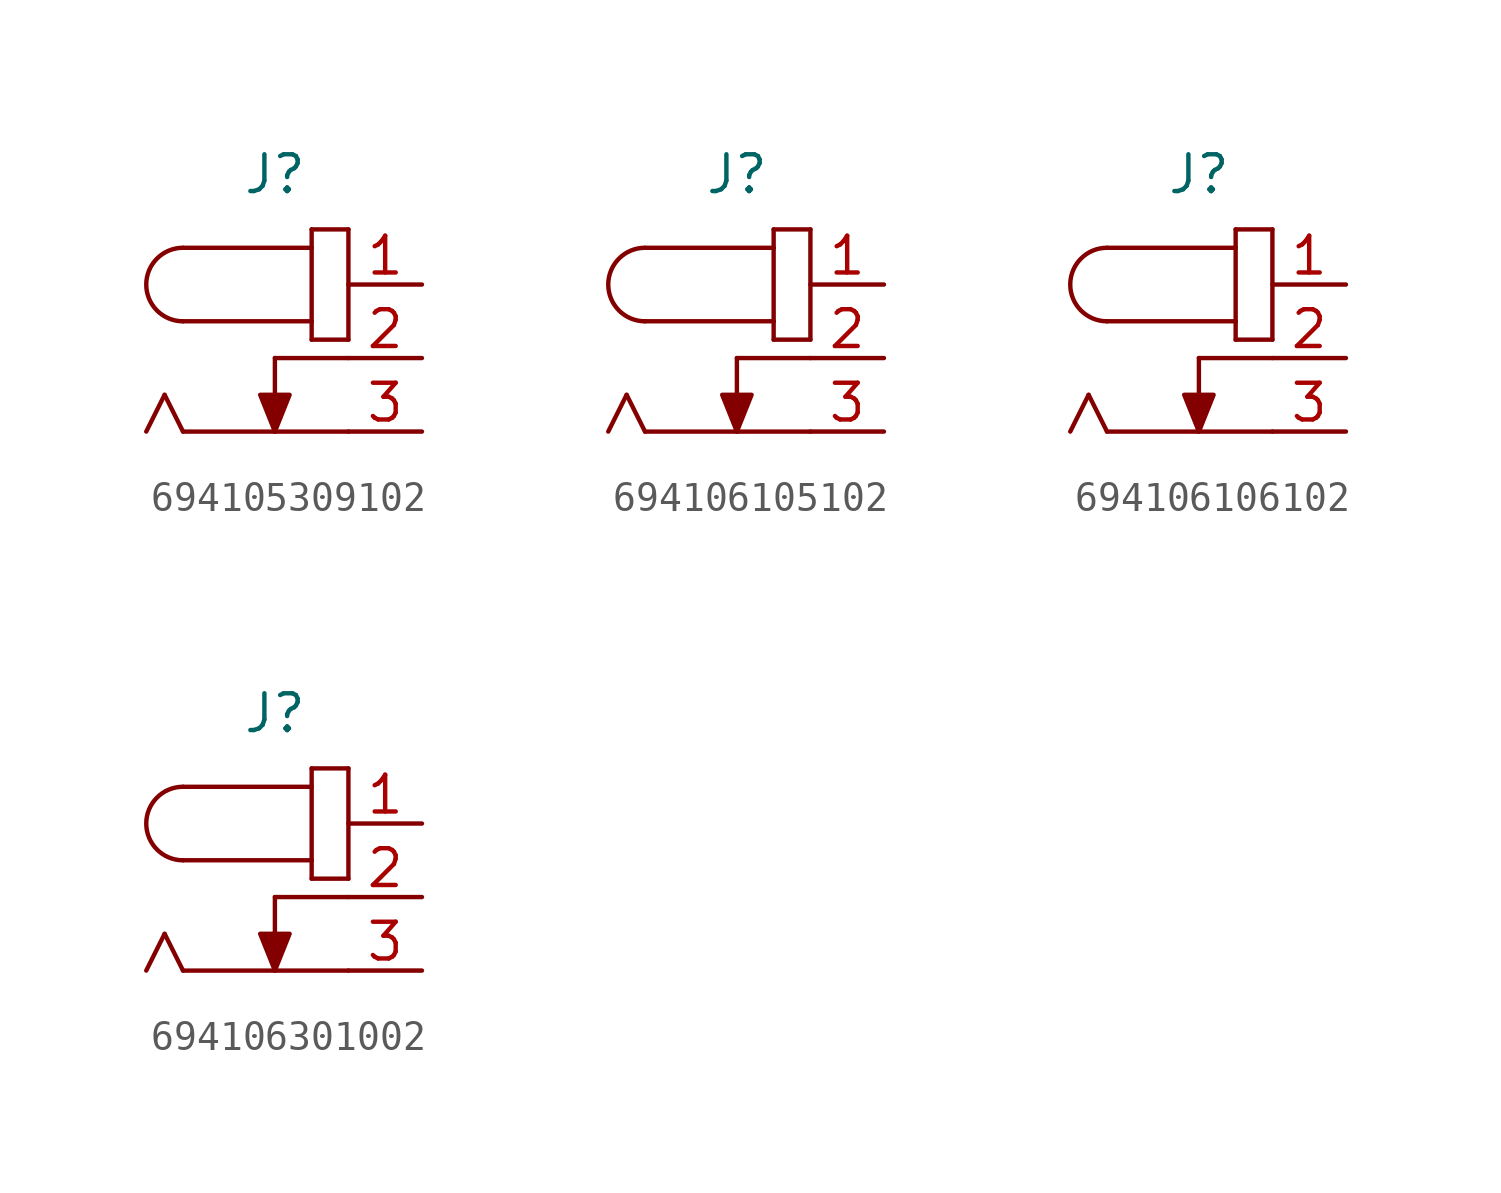
<source format=kicad_sym>
(kicad_symbol_lib
  (version 20220914)
  (generator kicad_symbol_editor)
  (symbol "694105309102"
    (pin_names hide)
    (property "Reference" "J"
      (at 0 5.08 0)
      (effects (font (size 1.27 1.27))))
    (symbol "694105309102_0_0"
      (arc (start -3.175 2.54) (mid -4.4395 1.27) (end -3.175 0) (stroke (width 0.1524) (type default)) (fill (type none)))
      (polyline (pts (xy -3.81 -2.54) (xy -4.445 -3.81)) (stroke (width 0.152) (type default)) (fill (type none)))
      (polyline (pts (xy -3.175 -3.81) (xy -3.81 -2.54)) (stroke (width 0.152) (type default)) (fill (type none)))
      (polyline (pts (xy -3.175 2.54) (xy 1.27 2.54)) (stroke (width 0.152) (type default)) (fill (type none)))
      (polyline (pts (xy 0 -1.27) (xy 0 -3.81)) (stroke (width 0.152) (type default)) (fill (type none)))
      (polyline (pts (xy 0 -1.27) (xy 2.54 -1.27)) (stroke (width 0.152) (type default)) (fill (type none)))
      (polyline (pts (xy 1.27 -0.635) (xy 2.54 -0.635)) (stroke (width 0.152) (type default)) (fill (type none)))
      (polyline (pts (xy 1.27 0) (xy -3.175 0)) (stroke (width 0.152) (type default)) (fill (type none)))
      (polyline (pts (xy 1.27 0) (xy 1.27 -0.635)) (stroke (width 0.152) (type default)) (fill (type none)))
      (polyline (pts (xy 1.27 2.54) (xy 1.27 0)) (stroke (width 0.152) (type default)) (fill (type none)))
      (polyline (pts (xy 1.27 3.175) (xy 1.27 2.54)) (stroke (width 0.152) (type default)) (fill (type none)))
      (polyline (pts (xy 2.54 -3.81) (xy -3.175 -3.81)) (stroke (width 0.152) (type default)) (fill (type none)))
      (polyline (pts (xy 2.54 -0.635) (xy 2.54 3.175)) (stroke (width 0.152) (type default)) (fill (type none)))
      (polyline (pts (xy 2.54 3.175) (xy 1.27 3.175)) (stroke (width 0.152) (type default)) (fill (type none)))
      (polyline (pts (xy 0 -3.81) (xy -0.508 -2.54) (xy 0.508 -2.54) (xy 0 -3.81)) (stroke (width 0.152) (type default)) (fill (type outline))))
    (symbol "694105309102_1_0"
      (pin passive line (at 5.08 1.27 180) (length 2.54) (name "1" (effects (font (size 1.27 1.27)))) (number "1" (effects (font (size 1.27 1.27)))))
      (pin passive line (at 5.08 -3.81 180) (length 2.54) (name "3" (effects (font (size 1.27 1.27)))) (number "3" (effects (font (size 1.27 1.27)))))
      (pin passive line (at 5.08 -1.27 180) (length 2.54) (name "2" (effects (font (size 1.27 1.27)))) (number "2" (effects (font (size 1.27 1.27)))))))
  (symbol "694106105102"
    (pin_names hide)
    (property "Reference" "J"
      (at 0 5.08 0)
      (effects (font (size 1.27 1.27))))
    (symbol "694106105102_0_0"
      (arc (start -3.175 2.54) (mid -4.4395 1.27) (end -3.175 0) (stroke (width 0.1524) (type default)) (fill (type none)))
      (polyline (pts (xy -3.81 -2.54) (xy -4.445 -3.81)) (stroke (width 0.152) (type default)) (fill (type none)))
      (polyline (pts (xy -3.175 -3.81) (xy -3.81 -2.54)) (stroke (width 0.152) (type default)) (fill (type none)))
      (polyline (pts (xy -3.175 2.54) (xy 1.27 2.54)) (stroke (width 0.152) (type default)) (fill (type none)))
      (polyline (pts (xy 0 -1.27) (xy 0 -3.81)) (stroke (width 0.152) (type default)) (fill (type none)))
      (polyline (pts (xy 0 -1.27) (xy 2.54 -1.27)) (stroke (width 0.152) (type default)) (fill (type none)))
      (polyline (pts (xy 1.27 -0.635) (xy 2.54 -0.635)) (stroke (width 0.152) (type default)) (fill (type none)))
      (polyline (pts (xy 1.27 0) (xy -3.175 0)) (stroke (width 0.152) (type default)) (fill (type none)))
      (polyline (pts (xy 1.27 0) (xy 1.27 -0.635)) (stroke (width 0.152) (type default)) (fill (type none)))
      (polyline (pts (xy 1.27 2.54) (xy 1.27 0)) (stroke (width 0.152) (type default)) (fill (type none)))
      (polyline (pts (xy 1.27 3.175) (xy 1.27 2.54)) (stroke (width 0.152) (type default)) (fill (type none)))
      (polyline (pts (xy 2.54 -3.81) (xy -3.175 -3.81)) (stroke (width 0.152) (type default)) (fill (type none)))
      (polyline (pts (xy 2.54 -0.635) (xy 2.54 3.175)) (stroke (width 0.152) (type default)) (fill (type none)))
      (polyline (pts (xy 2.54 3.175) (xy 1.27 3.175)) (stroke (width 0.152) (type default)) (fill (type none)))
      (polyline (pts (xy 0 -3.81) (xy -0.508 -2.54) (xy 0.508 -2.54) (xy 0 -3.81)) (stroke (width 0.152) (type default)) (fill (type outline))))
    (symbol "694106105102_1_0"
      (pin passive line (at 5.08 1.27 180) (length 2.54) (name "1" (effects (font (size 1.27 1.27)))) (number "1" (effects (font (size 1.27 1.27)))))
      (pin passive line (at 5.08 -3.81 180) (length 2.54) (name "3" (effects (font (size 1.27 1.27)))) (number "3" (effects (font (size 1.27 1.27)))))
      (pin passive line (at 5.08 -1.27 180) (length 2.54) (name "2" (effects (font (size 1.27 1.27)))) (number "2" (effects (font (size 1.27 1.27)))))))
  (symbol "694106106102"
    (pin_names hide)
    (property "Reference" "J"
      (at 0 5.08 0)
      (effects (font (size 1.27 1.27))))
    (symbol "694106106102_0_0"
      (arc (start -3.175 2.54) (mid -4.4395 1.27) (end -3.175 0) (stroke (width 0.1524) (type default)) (fill (type none)))
      (polyline (pts (xy -3.81 -2.54) (xy -4.445 -3.81)) (stroke (width 0.152) (type default)) (fill (type none)))
      (polyline (pts (xy -3.175 -3.81) (xy -3.81 -2.54)) (stroke (width 0.152) (type default)) (fill (type none)))
      (polyline (pts (xy -3.175 2.54) (xy 1.27 2.54)) (stroke (width 0.152) (type default)) (fill (type none)))
      (polyline (pts (xy 0 -1.27) (xy 0 -3.81)) (stroke (width 0.152) (type default)) (fill (type none)))
      (polyline (pts (xy 0 -1.27) (xy 2.54 -1.27)) (stroke (width 0.152) (type default)) (fill (type none)))
      (polyline (pts (xy 1.27 -0.635) (xy 2.54 -0.635)) (stroke (width 0.152) (type default)) (fill (type none)))
      (polyline (pts (xy 1.27 0) (xy -3.175 0)) (stroke (width 0.152) (type default)) (fill (type none)))
      (polyline (pts (xy 1.27 0) (xy 1.27 -0.635)) (stroke (width 0.152) (type default)) (fill (type none)))
      (polyline (pts (xy 1.27 2.54) (xy 1.27 0)) (stroke (width 0.152) (type default)) (fill (type none)))
      (polyline (pts (xy 1.27 3.175) (xy 1.27 2.54)) (stroke (width 0.152) (type default)) (fill (type none)))
      (polyline (pts (xy 2.54 -3.81) (xy -3.175 -3.81)) (stroke (width 0.152) (type default)) (fill (type none)))
      (polyline (pts (xy 2.54 -0.635) (xy 2.54 3.175)) (stroke (width 0.152) (type default)) (fill (type none)))
      (polyline (pts (xy 2.54 3.175) (xy 1.27 3.175)) (stroke (width 0.152) (type default)) (fill (type none)))
      (polyline (pts (xy 0 -3.81) (xy -0.508 -2.54) (xy 0.508 -2.54) (xy 0 -3.81)) (stroke (width 0.152) (type default)) (fill (type outline))))
    (symbol "694106106102_1_0"
      (pin passive line (at 5.08 1.27 180) (length 2.54) (name "1" (effects (font (size 1.27 1.27)))) (number "1" (effects (font (size 1.27 1.27)))))
      (pin passive line (at 5.08 -3.81 180) (length 2.54) (name "3" (effects (font (size 1.27 1.27)))) (number "3" (effects (font (size 1.27 1.27)))))
      (pin passive line (at 5.08 -1.27 180) (length 2.54) (name "2" (effects (font (size 1.27 1.27)))) (number "2" (effects (font (size 1.27 1.27)))))))
  (symbol "694106301002"
    (pin_names hide)
    (property "Reference" "J"
      (at 0 5.08 0)
      (effects (font (size 1.27 1.27))))
    (symbol "694106301002_0_0"
      (arc (start -3.175 2.54) (mid -4.4395 1.27) (end -3.175 0) (stroke (width 0.1524) (type default)) (fill (type none)))
      (polyline (pts (xy -3.81 -2.54) (xy -4.445 -3.81)) (stroke (width 0.152) (type default)) (fill (type none)))
      (polyline (pts (xy -3.175 -3.81) (xy -3.81 -2.54)) (stroke (width 0.152) (type default)) (fill (type none)))
      (polyline (pts (xy -3.175 2.54) (xy 1.27 2.54)) (stroke (width 0.152) (type default)) (fill (type none)))
      (polyline (pts (xy 0 -1.27) (xy 0 -3.81)) (stroke (width 0.152) (type default)) (fill (type none)))
      (polyline (pts (xy 0 -1.27) (xy 2.54 -1.27)) (stroke (width 0.152) (type default)) (fill (type none)))
      (polyline (pts (xy 1.27 -0.635) (xy 2.54 -0.635)) (stroke (width 0.152) (type default)) (fill (type none)))
      (polyline (pts (xy 1.27 0) (xy -3.175 0)) (stroke (width 0.152) (type default)) (fill (type none)))
      (polyline (pts (xy 1.27 0) (xy 1.27 -0.635)) (stroke (width 0.152) (type default)) (fill (type none)))
      (polyline (pts (xy 1.27 2.54) (xy 1.27 0)) (stroke (width 0.152) (type default)) (fill (type none)))
      (polyline (pts (xy 1.27 3.175) (xy 1.27 2.54)) (stroke (width 0.152) (type default)) (fill (type none)))
      (polyline (pts (xy 2.54 -3.81) (xy -3.175 -3.81)) (stroke (width 0.152) (type default)) (fill (type none)))
      (polyline (pts (xy 2.54 -0.635) (xy 2.54 3.175)) (stroke (width 0.152) (type default)) (fill (type none)))
      (polyline (pts (xy 2.54 3.175) (xy 1.27 3.175)) (stroke (width 0.152) (type default)) (fill (type none)))
      (polyline (pts (xy 0 -3.81) (xy -0.508 -2.54) (xy 0.508 -2.54) (xy 0 -3.81)) (stroke (width 0.152) (type default)) (fill (type outline))))
    (symbol "694106301002_1_0"
      (pin passive line (at 5.08 1.27 180) (length 2.54) (name "1" (effects (font (size 1.27 1.27)))) (number "1" (effects (font (size 1.27 1.27)))))
      (pin passive line (at 5.08 -3.81 180) (length 2.54) (name "3" (effects (font (size 1.27 1.27)))) (number "3" (effects (font (size 1.27 1.27)))))
      (pin passive line (at 5.08 -1.27 180) (length 2.54) (name "2" (effects (font (size 1.27 1.27)))) (number "2" (effects (font (size 1.27 1.27))))))))
</source>
